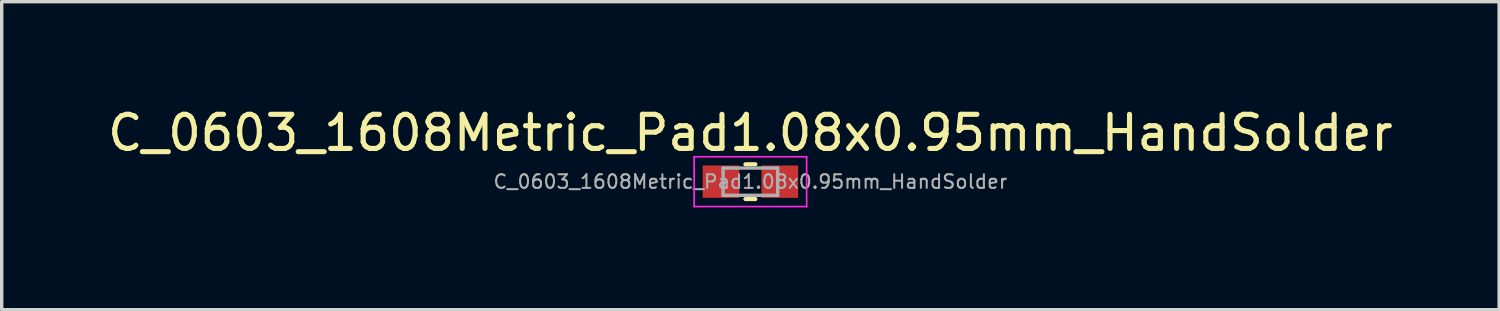
<source format=kicad_pcb>
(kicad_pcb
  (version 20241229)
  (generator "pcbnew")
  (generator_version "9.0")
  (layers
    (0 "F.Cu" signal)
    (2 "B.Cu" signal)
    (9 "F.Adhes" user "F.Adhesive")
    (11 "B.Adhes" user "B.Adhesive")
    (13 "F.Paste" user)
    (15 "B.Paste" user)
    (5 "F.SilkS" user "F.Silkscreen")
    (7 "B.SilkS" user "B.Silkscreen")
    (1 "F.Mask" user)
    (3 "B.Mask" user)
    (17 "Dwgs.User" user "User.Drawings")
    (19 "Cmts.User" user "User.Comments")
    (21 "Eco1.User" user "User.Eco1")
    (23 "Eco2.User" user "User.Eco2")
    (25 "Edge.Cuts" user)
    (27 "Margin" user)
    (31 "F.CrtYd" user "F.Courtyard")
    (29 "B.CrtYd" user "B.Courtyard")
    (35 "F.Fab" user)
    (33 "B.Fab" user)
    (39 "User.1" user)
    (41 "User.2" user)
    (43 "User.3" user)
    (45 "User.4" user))
  (footprint "C_0603_1608Metric_Pad1.08x0.95mm_HandSolder"
    (layer "F.Cu")
    (at 18.958 2.278)
    (property "Reference" "C_0603_1608Metric_Pad1.08x0.95mm_HandSolder" (at 0 -1.43 0) (layer "F.SilkS") (effects (font (size 1 1) (thickness 0.15))))
    (attr smd)
    (fp_line (start -0.146 -0.51) (end 0.146 -0.51) (stroke (width 0.12) (type solid)) (layer "F.SilkS"))
    (fp_line (start -0.146 0.51) (end 0.146 0.51) (stroke (width 0.12) (type solid)) (layer "F.SilkS"))
    (fp_line (start -1.65 -0.73) (end 1.65 -0.73) (stroke (width 0.05) (type solid)) (layer "F.CrtYd"))
    (fp_line (start -1.65 0.73) (end -1.65 -0.73) (stroke (width 0.05) (type solid)) (layer "F.CrtYd"))
    (fp_line (start 1.65 -0.73) (end 1.65 0.73) (stroke (width 0.05) (type solid)) (layer "F.CrtYd"))
    (fp_line (start 1.65 0.73) (end -1.65 0.73) (stroke (width 0.05) (type solid)) (layer "F.CrtYd"))
    (fp_line (start -0.8 -0.4) (end 0.8 -0.4) (stroke (width 0.1) (type solid)) (layer "F.Fab"))
    (fp_line (start -0.8 0.4) (end -0.8 -0.4) (stroke (width 0.1) (type solid)) (layer "F.Fab"))
    (fp_line (start 0.8 -0.4) (end 0.8 0.4) (stroke (width 0.1) (type solid)) (layer "F.Fab"))
    (fp_line (start 0.8 0.4) (end -0.8 0.4) (stroke (width 0.1) (type solid)) (layer "F.Fab"))
    (fp_text user "${REFERENCE}" (at 0 0 0) (layer "F.Fab") (effects (font (size 0.4 0.4) (thickness 0.06))))
    (pad "1" smd rect (at -0.863 0) (size 1.075 0.95) (layers "F.Cu" "F.Mask" "F.Paste"))
    (pad "2" smd rect (at 0.863 0) (size 1.075 0.95) (layers "F.Cu" "F.Mask" "F.Paste")))
  (gr_rect
    (start -3 -3)
    (end 40.917 6.033)
    (stroke (width 0.1) (type default))
    (fill no)
    (layer "Edge.Cuts")))
</source>
